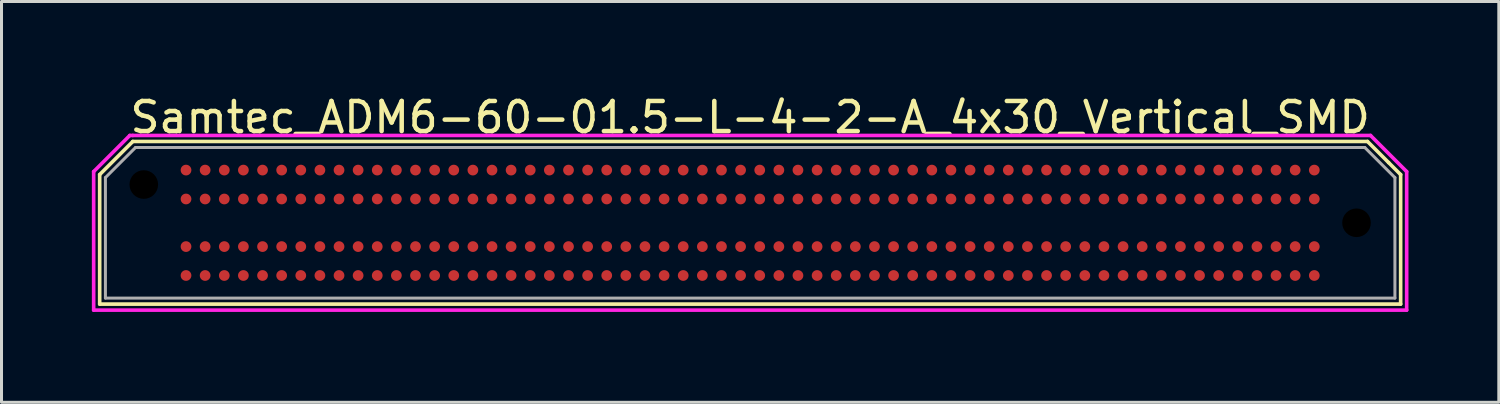
<source format=kicad_pcb>
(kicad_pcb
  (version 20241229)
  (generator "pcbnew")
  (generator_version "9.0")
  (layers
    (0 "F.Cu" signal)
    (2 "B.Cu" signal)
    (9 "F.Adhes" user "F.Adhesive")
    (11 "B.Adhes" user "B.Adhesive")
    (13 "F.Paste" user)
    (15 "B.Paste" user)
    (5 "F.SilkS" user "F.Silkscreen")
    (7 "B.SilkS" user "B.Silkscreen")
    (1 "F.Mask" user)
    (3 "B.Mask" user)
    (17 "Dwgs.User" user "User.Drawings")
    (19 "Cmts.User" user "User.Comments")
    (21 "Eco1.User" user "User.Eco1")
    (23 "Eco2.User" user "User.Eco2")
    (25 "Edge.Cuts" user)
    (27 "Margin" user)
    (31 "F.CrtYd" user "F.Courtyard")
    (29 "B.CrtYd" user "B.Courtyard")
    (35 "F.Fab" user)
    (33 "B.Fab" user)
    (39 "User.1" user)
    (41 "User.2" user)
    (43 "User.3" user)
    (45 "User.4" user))
  (footprint "Samtec_ADM6-60-01.5-L-4-2-A_4x30_Vertical_SMD"
    (layer "F.Cu")
    (at 21.86 4.348)
    (property "Reference" "Samtec_ADM6-60-01.5-L-4-2-A_4x30_Vertical_SMD" (at 0 -3.5 0) (unlocked yes) (layer "F.SilkS") (effects (font (size 1 1) (thickness 0.15))))
    (fp_line (start -21.6 -1.6) (end -20.5 -2.7) (stroke (width 0.12) (type solid)) (layer "F.SilkS"))
    (fp_line (start -21.6 2.7) (end -21.6 -1.6) (stroke (width 0.12) (type solid)) (layer "F.SilkS"))
    (fp_line (start -21.6 2.7) (end 21.6 2.7) (stroke (width 0.12) (type solid)) (layer "F.SilkS"))
    (fp_line (start 20.5 -2.7) (end -20.5 -2.7) (stroke (width 0.12) (type solid)) (layer "F.SilkS"))
    (fp_line (start 21.2 -2) (end 20.5 -2.7) (stroke (width 0.12) (type solid)) (layer "F.SilkS"))
    (fp_line (start 21.6 -1.6) (end 21.2 -2) (stroke (width 0.12) (type solid)) (layer "F.SilkS"))
    (fp_line (start 21.6 2.7) (end 21.6 -1.6) (stroke (width 0.12) (type solid)) (layer "F.SilkS"))
    (fp_line (start -21.8 -1.7) (end -21.8 2.9) (stroke (width 0.12) (type solid)) (layer "F.CrtYd"))
    (fp_line (start -20.6 -2.9) (end -21.8 -1.7) (stroke (width 0.12) (type solid)) (layer "F.CrtYd"))
    (fp_line (start -20.5 -2.9) (end -20.6 -2.9) (stroke (width 0.12) (type solid)) (layer "F.CrtYd"))
    (fp_line (start -20.5 -2.9) (end 20.6 -2.9) (stroke (width 0.12) (type solid)) (layer "F.CrtYd"))
    (fp_line (start 20.6 -2.9) (end 21.8 -1.7) (stroke (width 0.12) (type solid)) (layer "F.CrtYd"))
    (fp_line (start 21.8 -1.7) (end 21.8 2.9) (stroke (width 0.12) (type solid)) (layer "F.CrtYd"))
    (fp_line (start 21.8 2.9) (end -21.8 2.9) (stroke (width 0.12) (type solid)) (layer "F.CrtYd"))
    (fp_line (start -21.41 2.5) (end -21.41 -1.5) (stroke (width 0.1) (type solid)) (layer "F.Fab"))
    (fp_line (start -21.41 2.5) (end 21.41 2.5) (stroke (width 0.1) (type solid)) (layer "F.Fab"))
    (fp_line (start -20.41 -2.5) (end -21.41 -1.5) (stroke (width 0.1) (type solid)) (layer "F.Fab"))
    (fp_line (start -20.41 -2.5) (end 20.41 -2.5) (stroke (width 0.1) (type solid)) (layer "F.Fab"))
    (fp_line (start 20.41 -2.5) (end 21.41 -1.5) (stroke (width 0.1) (type solid)) (layer "F.Fab"))
    (fp_line (start 21.41 2.5) (end 21.41 -1.5) (stroke (width 0.1) (type solid)) (layer "F.Fab"))
    (pad "" np_thru_hole circle (at -20.135 -1.27) (size 1.05 1.05) (drill 0.95) (layers "*.Mask"))
    (pad "" np_thru_hole circle (at 20.135 0) (size 1.05 1.05) (drill 0.95) (layers "*.Mask"))
    (pad "A1" smd circle (at 18.733 -1.75) (size 0.356 0.356) (layers "F.Cu" "F.Mask" "F.Paste"))
    (pad "A2" smd circle (at 18.098 -1.75) (size 0.356 0.356) (layers "F.Cu" "F.Mask" "F.Paste"))
    (pad "A3" smd circle (at 17.462 -1.75) (size 0.356 0.356) (layers "F.Cu" "F.Mask" "F.Paste"))
    (pad "A4" smd circle (at 16.828 -1.75) (size 0.356 0.356) (layers "F.Cu" "F.Mask" "F.Paste"))
    (pad "A5" smd circle (at 16.192 -1.75) (size 0.356 0.356) (layers "F.Cu" "F.Mask" "F.Paste"))
    (pad "A6" smd circle (at 15.557 -1.75) (size 0.356 0.356) (layers "F.Cu" "F.Mask" "F.Paste"))
    (pad "A7" smd circle (at 14.922 -1.75) (size 0.356 0.356) (layers "F.Cu" "F.Mask" "F.Paste"))
    (pad "A8" smd circle (at 14.287 -1.75) (size 0.356 0.356) (layers "F.Cu" "F.Mask" "F.Paste"))
    (pad "A9" smd circle (at 13.652 -1.75) (size 0.356 0.356) (layers "F.Cu" "F.Mask" "F.Paste"))
    (pad "A10" smd circle (at 13.018 -1.75) (size 0.356 0.356) (layers "F.Cu" "F.Mask" "F.Paste"))
    (pad "A11" smd circle (at 12.383 -1.75) (size 0.356 0.356) (layers "F.Cu" "F.Mask" "F.Paste"))
    (pad "A12" smd circle (at 11.748 -1.75) (size 0.356 0.356) (layers "F.Cu" "F.Mask" "F.Paste"))
    (pad "A13" smd circle (at 11.113 -1.75) (size 0.356 0.356) (layers "F.Cu" "F.Mask" "F.Paste"))
    (pad "A14" smd circle (at 10.477 -1.75) (size 0.356 0.356) (layers "F.Cu" "F.Mask" "F.Paste"))
    (pad "A15" smd circle (at 9.842 -1.75) (size 0.356 0.356) (layers "F.Cu" "F.Mask" "F.Paste"))
    (pad "A16" smd circle (at 9.207 -1.75) (size 0.356 0.356) (layers "F.Cu" "F.Mask" "F.Paste"))
    (pad "A17" smd circle (at 8.572 -1.75) (size 0.356 0.356) (layers "F.Cu" "F.Mask" "F.Paste"))
    (pad "A18" smd circle (at 7.938 -1.75) (size 0.356 0.356) (layers "F.Cu" "F.Mask" "F.Paste"))
    (pad "A19" smd circle (at 7.303 -1.75) (size 0.356 0.356) (layers "F.Cu" "F.Mask" "F.Paste"))
    (pad "A20" smd circle (at 6.668 -1.75) (size 0.356 0.356) (layers "F.Cu" "F.Mask" "F.Paste"))
    (pad "A21" smd circle (at 6.032 -1.75) (size 0.356 0.356) (layers "F.Cu" "F.Mask" "F.Paste"))
    (pad "A22" smd circle (at 5.397 -1.75) (size 0.356 0.356) (layers "F.Cu" "F.Mask" "F.Paste"))
    (pad "A23" smd circle (at 4.763 -1.75) (size 0.356 0.356) (layers "F.Cu" "F.Mask" "F.Paste"))
    (pad "A24" smd circle (at 4.128 -1.75) (size 0.356 0.356) (layers "F.Cu" "F.Mask" "F.Paste"))
    (pad "A25" smd circle (at 3.493 -1.75) (size 0.356 0.356) (layers "F.Cu" "F.Mask" "F.Paste"))
    (pad "A26" smd circle (at 2.857 -1.75) (size 0.356 0.356) (layers "F.Cu" "F.Mask" "F.Paste"))
    (pad "A27" smd circle (at 2.223 -1.75) (size 0.356 0.356) (layers "F.Cu" "F.Mask" "F.Paste"))
    (pad "A28" smd circle (at 1.587 -1.75) (size 0.356 0.356) (layers "F.Cu" "F.Mask" "F.Paste"))
    (pad "A29" smd circle (at 0.953 -1.75) (size 0.356 0.356) (layers "F.Cu" "F.Mask" "F.Paste"))
    (pad "A30" smd circle (at 0.318 -1.75) (size 0.356 0.356) (layers "F.Cu" "F.Mask" "F.Paste"))
    (pad "A31" smd circle (at -0.318 -1.75) (size 0.356 0.356) (layers "F.Cu" "F.Mask" "F.Paste"))
    (pad "A32" smd circle (at -0.953 -1.75) (size 0.356 0.356) (layers "F.Cu" "F.Mask" "F.Paste"))
    (pad "A33" smd circle (at -1.587 -1.75) (size 0.356 0.356) (layers "F.Cu" "F.Mask" "F.Paste"))
    (pad "A34" smd circle (at -2.223 -1.75) (size 0.356 0.356) (layers "F.Cu" "F.Mask" "F.Paste"))
    (pad "A35" smd circle (at -2.857 -1.75) (size 0.356 0.356) (layers "F.Cu" "F.Mask" "F.Paste"))
    (pad "A36" smd circle (at -3.493 -1.75) (size 0.356 0.356) (layers "F.Cu" "F.Mask" "F.Paste"))
    (pad "A37" smd circle (at -4.128 -1.75) (size 0.356 0.356) (layers "F.Cu" "F.Mask" "F.Paste"))
    (pad "A38" smd circle (at -4.763 -1.75) (size 0.356 0.356) (layers "F.Cu" "F.Mask" "F.Paste"))
    (pad "A39" smd circle (at -5.397 -1.75) (size 0.356 0.356) (layers "F.Cu" "F.Mask" "F.Paste"))
    (pad "A40" smd circle (at -6.032 -1.75) (size 0.356 0.356) (layers "F.Cu" "F.Mask" "F.Paste"))
    (pad "A41" smd circle (at -6.668 -1.75) (size 0.356 0.356) (layers "F.Cu" "F.Mask" "F.Paste"))
    (pad "A42" smd circle (at -7.303 -1.75) (size 0.356 0.356) (layers "F.Cu" "F.Mask" "F.Paste"))
    (pad "A43" smd circle (at -7.938 -1.75) (size 0.356 0.356) (layers "F.Cu" "F.Mask" "F.Paste"))
    (pad "A44" smd circle (at -8.572 -1.75) (size 0.356 0.356) (layers "F.Cu" "F.Mask" "F.Paste"))
    (pad "A45" smd circle (at -9.207 -1.75) (size 0.356 0.356) (layers "F.Cu" "F.Mask" "F.Paste"))
    (pad "A46" smd circle (at -9.842 -1.75) (size 0.356 0.356) (layers "F.Cu" "F.Mask" "F.Paste"))
    (pad "A47" smd circle (at -10.477 -1.75) (size 0.356 0.356) (layers "F.Cu" "F.Mask" "F.Paste"))
    (pad "A48" smd circle (at -11.113 -1.75) (size 0.356 0.356) (layers "F.Cu" "F.Mask" "F.Paste"))
    (pad "A49" smd circle (at -11.748 -1.75) (size 0.356 0.356) (layers "F.Cu" "F.Mask" "F.Paste"))
    (pad "A50" smd circle (at -12.383 -1.75) (size 0.356 0.356) (layers "F.Cu" "F.Mask" "F.Paste"))
    (pad "A51" smd circle (at -13.018 -1.75) (size 0.356 0.356) (layers "F.Cu" "F.Mask" "F.Paste"))
    (pad "A52" smd circle (at -13.652 -1.75) (size 0.356 0.356) (layers "F.Cu" "F.Mask" "F.Paste"))
    (pad "A53" smd circle (at -14.287 -1.75) (size 0.356 0.356) (layers "F.Cu" "F.Mask" "F.Paste"))
    (pad "A54" smd circle (at -14.922 -1.75) (size 0.356 0.356) (layers "F.Cu" "F.Mask" "F.Paste"))
    (pad "A55" smd circle (at -15.557 -1.75) (size 0.356 0.356) (layers "F.Cu" "F.Mask" "F.Paste"))
    (pad "A56" smd circle (at -16.192 -1.75) (size 0.356 0.356) (layers "F.Cu" "F.Mask" "F.Paste"))
    (pad "A57" smd circle (at -16.828 -1.75) (size 0.356 0.356) (layers "F.Cu" "F.Mask" "F.Paste"))
    (pad "A58" smd circle (at -17.462 -1.75) (size 0.356 0.356) (layers "F.Cu" "F.Mask" "F.Paste"))
    (pad "A59" smd circle (at -18.098 -1.75) (size 0.356 0.356) (layers "F.Cu" "F.Mask" "F.Paste"))
    (pad "A60" smd circle (at -18.733 -1.75) (size 0.356 0.356) (layers "F.Cu" "F.Mask" "F.Paste"))
    (pad "B1" smd circle (at 18.733 -0.79) (size 0.356 0.356) (layers "F.Cu" "F.Mask" "F.Paste"))
    (pad "B2" smd circle (at 18.098 -0.79) (size 0.356 0.356) (layers "F.Cu" "F.Mask" "F.Paste"))
    (pad "B3" smd circle (at 17.462 -0.79) (size 0.356 0.356) (layers "F.Cu" "F.Mask" "F.Paste"))
    (pad "B4" smd circle (at 16.828 -0.79) (size 0.356 0.356) (layers "F.Cu" "F.Mask" "F.Paste"))
    (pad "B5" smd circle (at 16.192 -0.79) (size 0.356 0.356) (layers "F.Cu" "F.Mask" "F.Paste"))
    (pad "B6" smd circle (at 15.557 -0.79) (size 0.356 0.356) (layers "F.Cu" "F.Mask" "F.Paste"))
    (pad "B7" smd circle (at 14.922 -0.79) (size 0.356 0.356) (layers "F.Cu" "F.Mask" "F.Paste"))
    (pad "B8" smd circle (at 14.287 -0.79) (size 0.356 0.356) (layers "F.Cu" "F.Mask" "F.Paste"))
    (pad "B9" smd circle (at 13.652 -0.79) (size 0.356 0.356) (layers "F.Cu" "F.Mask" "F.Paste"))
    (pad "B10" smd circle (at 13.018 -0.79) (size 0.356 0.356) (layers "F.Cu" "F.Mask" "F.Paste"))
    (pad "B11" smd circle (at 12.383 -0.79) (size 0.356 0.356) (layers "F.Cu" "F.Mask" "F.Paste"))
    (pad "B12" smd circle (at 11.748 -0.79) (size 0.356 0.356) (layers "F.Cu" "F.Mask" "F.Paste"))
    (pad "B13" smd circle (at 11.113 -0.79) (size 0.356 0.356) (layers "F.Cu" "F.Mask" "F.Paste"))
    (pad "B14" smd circle (at 10.477 -0.79) (size 0.356 0.356) (layers "F.Cu" "F.Mask" "F.Paste"))
    (pad "B15" smd circle (at 9.842 -0.79) (size 0.356 0.356) (layers "F.Cu" "F.Mask" "F.Paste"))
    (pad "B16" smd circle (at 9.207 -0.79) (size 0.356 0.356) (layers "F.Cu" "F.Mask" "F.Paste"))
    (pad "B17" smd circle (at 8.572 -0.79) (size 0.356 0.356) (layers "F.Cu" "F.Mask" "F.Paste"))
    (pad "B18" smd circle (at 7.938 -0.79) (size 0.356 0.356) (layers "F.Cu" "F.Mask" "F.Paste"))
    (pad "B19" smd circle (at 7.303 -0.79) (size 0.356 0.356) (layers "F.Cu" "F.Mask" "F.Paste"))
    (pad "B20" smd circle (at 6.668 -0.79) (size 0.356 0.356) (layers "F.Cu" "F.Mask" "F.Paste"))
    (pad "B21" smd circle (at 6.032 -0.79) (size 0.356 0.356) (layers "F.Cu" "F.Mask" "F.Paste"))
    (pad "B22" smd circle (at 5.397 -0.79) (size 0.356 0.356) (layers "F.Cu" "F.Mask" "F.Paste"))
    (pad "B23" smd circle (at 4.763 -0.79) (size 0.356 0.356) (layers "F.Cu" "F.Mask" "F.Paste"))
    (pad "B24" smd circle (at 4.128 -0.79) (size 0.356 0.356) (layers "F.Cu" "F.Mask" "F.Paste"))
    (pad "B25" smd circle (at 3.493 -0.79) (size 0.356 0.356) (layers "F.Cu" "F.Mask" "F.Paste"))
    (pad "B26" smd circle (at 2.857 -0.79) (size 0.356 0.356) (layers "F.Cu" "F.Mask" "F.Paste"))
    (pad "B27" smd circle (at 2.223 -0.79) (size 0.356 0.356) (layers "F.Cu" "F.Mask" "F.Paste"))
    (pad "B28" smd circle (at 1.587 -0.79) (size 0.356 0.356) (layers "F.Cu" "F.Mask" "F.Paste"))
    (pad "B29" smd circle (at 0.953 -0.79) (size 0.356 0.356) (layers "F.Cu" "F.Mask" "F.Paste"))
    (pad "B30" smd circle (at 0.318 -0.79) (size 0.356 0.356) (layers "F.Cu" "F.Mask" "F.Paste"))
    (pad "B31" smd circle (at -0.318 -0.79) (size 0.356 0.356) (layers "F.Cu" "F.Mask" "F.Paste"))
    (pad "B32" smd circle (at -0.953 -0.79) (size 0.356 0.356) (layers "F.Cu" "F.Mask" "F.Paste"))
    (pad "B33" smd circle (at -1.587 -0.79) (size 0.356 0.356) (layers "F.Cu" "F.Mask" "F.Paste"))
    (pad "B34" smd circle (at -2.223 -0.79) (size 0.356 0.356) (layers "F.Cu" "F.Mask" "F.Paste"))
    (pad "B35" smd circle (at -2.857 -0.79) (size 0.356 0.356) (layers "F.Cu" "F.Mask" "F.Paste"))
    (pad "B36" smd circle (at -3.493 -0.79) (size 0.356 0.356) (layers "F.Cu" "F.Mask" "F.Paste"))
    (pad "B37" smd circle (at -4.128 -0.79) (size 0.356 0.356) (layers "F.Cu" "F.Mask" "F.Paste"))
    (pad "B38" smd circle (at -4.763 -0.79) (size 0.356 0.356) (layers "F.Cu" "F.Mask" "F.Paste"))
    (pad "B39" smd circle (at -5.397 -0.79) (size 0.356 0.356) (layers "F.Cu" "F.Mask" "F.Paste"))
    (pad "B40" smd circle (at -6.032 -0.79) (size 0.356 0.356) (layers "F.Cu" "F.Mask" "F.Paste"))
    (pad "B41" smd circle (at -6.668 -0.79) (size 0.356 0.356) (layers "F.Cu" "F.Mask" "F.Paste"))
    (pad "B42" smd circle (at -7.303 -0.79) (size 0.356 0.356) (layers "F.Cu" "F.Mask" "F.Paste"))
    (pad "B43" smd circle (at -7.938 -0.79) (size 0.356 0.356) (layers "F.Cu" "F.Mask" "F.Paste"))
    (pad "B44" smd circle (at -8.572 -0.79) (size 0.356 0.356) (layers "F.Cu" "F.Mask" "F.Paste"))
    (pad "B45" smd circle (at -9.207 -0.79) (size 0.356 0.356) (layers "F.Cu" "F.Mask" "F.Paste"))
    (pad "B46" smd circle (at -9.842 -0.79) (size 0.356 0.356) (layers "F.Cu" "F.Mask" "F.Paste"))
    (pad "B47" smd circle (at -10.477 -0.79) (size 0.356 0.356) (layers "F.Cu" "F.Mask" "F.Paste"))
    (pad "B48" smd circle (at -11.113 -0.79) (size 0.356 0.356) (layers "F.Cu" "F.Mask" "F.Paste"))
    (pad "B49" smd circle (at -11.748 -0.79) (size 0.356 0.356) (layers "F.Cu" "F.Mask" "F.Paste"))
    (pad "B50" smd circle (at -12.383 -0.79) (size 0.356 0.356) (layers "F.Cu" "F.Mask" "F.Paste"))
    (pad "B51" smd circle (at -13.018 -0.79) (size 0.356 0.356) (layers "F.Cu" "F.Mask" "F.Paste"))
    (pad "B52" smd circle (at -13.652 -0.79) (size 0.356 0.356) (layers "F.Cu" "F.Mask" "F.Paste"))
    (pad "B53" smd circle (at -14.287 -0.79) (size 0.356 0.356) (layers "F.Cu" "F.Mask" "F.Paste"))
    (pad "B54" smd circle (at -14.922 -0.79) (size 0.356 0.356) (layers "F.Cu" "F.Mask" "F.Paste"))
    (pad "B55" smd circle (at -15.557 -0.79) (size 0.356 0.356) (layers "F.Cu" "F.Mask" "F.Paste"))
    (pad "B56" smd circle (at -16.192 -0.79) (size 0.356 0.356) (layers "F.Cu" "F.Mask" "F.Paste"))
    (pad "B57" smd circle (at -16.828 -0.79) (size 0.356 0.356) (layers "F.Cu" "F.Mask" "F.Paste"))
    (pad "B58" smd circle (at -17.462 -0.79) (size 0.356 0.356) (layers "F.Cu" "F.Mask" "F.Paste"))
    (pad "B59" smd circle (at -18.098 -0.79) (size 0.356 0.356) (layers "F.Cu" "F.Mask" "F.Paste"))
    (pad "B60" smd circle (at -18.733 -0.79) (size 0.356 0.356) (layers "F.Cu" "F.Mask" "F.Paste"))
    (pad "C1" smd circle (at 18.733 0.79) (size 0.356 0.356) (layers "F.Cu" "F.Mask" "F.Paste"))
    (pad "C2" smd circle (at 18.098 0.79) (size 0.356 0.356) (layers "F.Cu" "F.Mask" "F.Paste"))
    (pad "C3" smd circle (at 17.462 0.79) (size 0.356 0.356) (layers "F.Cu" "F.Mask" "F.Paste"))
    (pad "C4" smd circle (at 16.828 0.79) (size 0.356 0.356) (layers "F.Cu" "F.Mask" "F.Paste"))
    (pad "C5" smd circle (at 16.192 0.79) (size 0.356 0.356) (layers "F.Cu" "F.Mask" "F.Paste"))
    (pad "C6" smd circle (at 15.557 0.79) (size 0.356 0.356) (layers "F.Cu" "F.Mask" "F.Paste"))
    (pad "C7" smd circle (at 14.922 0.79) (size 0.356 0.356) (layers "F.Cu" "F.Mask" "F.Paste"))
    (pad "C8" smd circle (at 14.287 0.79) (size 0.356 0.356) (layers "F.Cu" "F.Mask" "F.Paste"))
    (pad "C9" smd circle (at 13.652 0.79) (size 0.356 0.356) (layers "F.Cu" "F.Mask" "F.Paste"))
    (pad "C10" smd circle (at 13.018 0.79) (size 0.356 0.356) (layers "F.Cu" "F.Mask" "F.Paste"))
    (pad "C11" smd circle (at 12.383 0.79) (size 0.356 0.356) (layers "F.Cu" "F.Mask" "F.Paste"))
    (pad "C12" smd circle (at 11.748 0.79) (size 0.356 0.356) (layers "F.Cu" "F.Mask" "F.Paste"))
    (pad "C13" smd circle (at 11.113 0.79) (size 0.356 0.356) (layers "F.Cu" "F.Mask" "F.Paste"))
    (pad "C14" smd circle (at 10.477 0.79) (size 0.356 0.356) (layers "F.Cu" "F.Mask" "F.Paste"))
    (pad "C15" smd circle (at 9.842 0.79) (size 0.356 0.356) (layers "F.Cu" "F.Mask" "F.Paste"))
    (pad "C16" smd circle (at 9.207 0.79) (size 0.356 0.356) (layers "F.Cu" "F.Mask" "F.Paste"))
    (pad "C17" smd circle (at 8.572 0.79) (size 0.356 0.356) (layers "F.Cu" "F.Mask" "F.Paste"))
    (pad "C18" smd circle (at 7.938 0.79) (size 0.356 0.356) (layers "F.Cu" "F.Mask" "F.Paste"))
    (pad "C19" smd circle (at 7.303 0.79) (size 0.356 0.356) (layers "F.Cu" "F.Mask" "F.Paste"))
    (pad "C20" smd circle (at 6.668 0.79) (size 0.356 0.356) (layers "F.Cu" "F.Mask" "F.Paste"))
    (pad "C21" smd circle (at 6.032 0.79) (size 0.356 0.356) (layers "F.Cu" "F.Mask" "F.Paste"))
    (pad "C22" smd circle (at 5.397 0.79) (size 0.356 0.356) (layers "F.Cu" "F.Mask" "F.Paste"))
    (pad "C23" smd circle (at 4.763 0.79) (size 0.356 0.356) (layers "F.Cu" "F.Mask" "F.Paste"))
    (pad "C24" smd circle (at 4.128 0.79) (size 0.356 0.356) (layers "F.Cu" "F.Mask" "F.Paste"))
    (pad "C25" smd circle (at 3.493 0.79) (size 0.356 0.356) (layers "F.Cu" "F.Mask" "F.Paste"))
    (pad "C26" smd circle (at 2.857 0.79) (size 0.356 0.356) (layers "F.Cu" "F.Mask" "F.Paste"))
    (pad "C27" smd circle (at 2.223 0.79) (size 0.356 0.356) (layers "F.Cu" "F.Mask" "F.Paste"))
    (pad "C28" smd circle (at 1.587 0.79) (size 0.356 0.356) (layers "F.Cu" "F.Mask" "F.Paste"))
    (pad "C29" smd circle (at 0.953 0.79) (size 0.356 0.356) (layers "F.Cu" "F.Mask" "F.Paste"))
    (pad "C30" smd circle (at 0.318 0.79) (size 0.356 0.356) (layers "F.Cu" "F.Mask" "F.Paste"))
    (pad "C31" smd circle (at -0.318 0.79) (size 0.356 0.356) (layers "F.Cu" "F.Mask" "F.Paste"))
    (pad "C32" smd circle (at -0.953 0.79) (size 0.356 0.356) (layers "F.Cu" "F.Mask" "F.Paste"))
    (pad "C33" smd circle (at -1.587 0.79) (size 0.356 0.356) (layers "F.Cu" "F.Mask" "F.Paste"))
    (pad "C34" smd circle (at -2.223 0.79) (size 0.356 0.356) (layers "F.Cu" "F.Mask" "F.Paste"))
    (pad "C35" smd circle (at -2.857 0.79) (size 0.356 0.356) (layers "F.Cu" "F.Mask" "F.Paste"))
    (pad "C36" smd circle (at -3.493 0.79) (size 0.356 0.356) (layers "F.Cu" "F.Mask" "F.Paste"))
    (pad "C37" smd circle (at -4.128 0.79) (size 0.356 0.356) (layers "F.Cu" "F.Mask" "F.Paste"))
    (pad "C38" smd circle (at -4.763 0.79) (size 0.356 0.356) (layers "F.Cu" "F.Mask" "F.Paste"))
    (pad "C39" smd circle (at -5.397 0.79) (size 0.356 0.356) (layers "F.Cu" "F.Mask" "F.Paste"))
    (pad "C40" smd circle (at -6.032 0.79) (size 0.356 0.356) (layers "F.Cu" "F.Mask" "F.Paste"))
    (pad "C41" smd circle (at -6.668 0.79) (size 0.356 0.356) (layers "F.Cu" "F.Mask" "F.Paste"))
    (pad "C42" smd circle (at -7.303 0.79) (size 0.356 0.356) (layers "F.Cu" "F.Mask" "F.Paste"))
    (pad "C43" smd circle (at -7.938 0.79) (size 0.356 0.356) (layers "F.Cu" "F.Mask" "F.Paste"))
    (pad "C44" smd circle (at -8.572 0.79) (size 0.356 0.356) (layers "F.Cu" "F.Mask" "F.Paste"))
    (pad "C45" smd circle (at -9.207 0.79) (size 0.356 0.356) (layers "F.Cu" "F.Mask" "F.Paste"))
    (pad "C46" smd circle (at -9.842 0.79) (size 0.356 0.356) (layers "F.Cu" "F.Mask" "F.Paste"))
    (pad "C47" smd circle (at -10.477 0.79) (size 0.356 0.356) (layers "F.Cu" "F.Mask" "F.Paste"))
    (pad "C48" smd circle (at -11.113 0.79) (size 0.356 0.356) (layers "F.Cu" "F.Mask" "F.Paste"))
    (pad "C49" smd circle (at -11.748 0.79) (size 0.356 0.356) (layers "F.Cu" "F.Mask" "F.Paste"))
    (pad "C50" smd circle (at -12.383 0.79) (size 0.356 0.356) (layers "F.Cu" "F.Mask" "F.Paste"))
    (pad "C51" smd circle (at -13.018 0.79) (size 0.356 0.356) (layers "F.Cu" "F.Mask" "F.Paste"))
    (pad "C52" smd circle (at -13.652 0.79) (size 0.356 0.356) (layers "F.Cu" "F.Mask" "F.Paste"))
    (pad "C53" smd circle (at -14.287 0.79) (size 0.356 0.356) (layers "F.Cu" "F.Mask" "F.Paste"))
    (pad "C54" smd circle (at -14.922 0.79) (size 0.356 0.356) (layers "F.Cu" "F.Mask" "F.Paste"))
    (pad "C55" smd circle (at -15.557 0.79) (size 0.356 0.356) (layers "F.Cu" "F.Mask" "F.Paste"))
    (pad "C56" smd circle (at -16.192 0.79) (size 0.356 0.356) (layers "F.Cu" "F.Mask" "F.Paste"))
    (pad "C57" smd circle (at -16.828 0.79) (size 0.356 0.356) (layers "F.Cu" "F.Mask" "F.Paste"))
    (pad "C58" smd circle (at -17.462 0.79) (size 0.356 0.356) (layers "F.Cu" "F.Mask" "F.Paste"))
    (pad "C59" smd circle (at -18.098 0.79) (size 0.356 0.356) (layers "F.Cu" "F.Mask" "F.Paste"))
    (pad "C60" smd circle (at -18.733 0.79) (size 0.356 0.356) (layers "F.Cu" "F.Mask" "F.Paste"))
    (pad "D1" smd circle (at 18.733 1.75) (size 0.356 0.356) (layers "F.Cu" "F.Mask" "F.Paste"))
    (pad "D2" smd circle (at 18.098 1.75) (size 0.356 0.356) (layers "F.Cu" "F.Mask" "F.Paste"))
    (pad "D3" smd circle (at 17.462 1.75) (size 0.356 0.356) (layers "F.Cu" "F.Mask" "F.Paste"))
    (pad "D4" smd circle (at 16.828 1.75) (size 0.356 0.356) (layers "F.Cu" "F.Mask" "F.Paste"))
    (pad "D5" smd circle (at 16.192 1.75) (size 0.356 0.356) (layers "F.Cu" "F.Mask" "F.Paste"))
    (pad "D6" smd circle (at 15.557 1.75) (size 0.356 0.356) (layers "F.Cu" "F.Mask" "F.Paste"))
    (pad "D7" smd circle (at 14.922 1.75) (size 0.356 0.356) (layers "F.Cu" "F.Mask" "F.Paste"))
    (pad "D8" smd circle (at 14.287 1.75) (size 0.356 0.356) (layers "F.Cu" "F.Mask" "F.Paste"))
    (pad "D9" smd circle (at 13.652 1.75) (size 0.356 0.356) (layers "F.Cu" "F.Mask" "F.Paste"))
    (pad "D10" smd circle (at 13.018 1.75) (size 0.356 0.356) (layers "F.Cu" "F.Mask" "F.Paste"))
    (pad "D11" smd circle (at 12.383 1.75) (size 0.356 0.356) (layers "F.Cu" "F.Mask" "F.Paste"))
    (pad "D12" smd circle (at 11.748 1.75) (size 0.356 0.356) (layers "F.Cu" "F.Mask" "F.Paste"))
    (pad "D13" smd circle (at 11.113 1.75) (size 0.356 0.356) (layers "F.Cu" "F.Mask" "F.Paste"))
    (pad "D14" smd circle (at 10.477 1.75) (size 0.356 0.356) (layers "F.Cu" "F.Mask" "F.Paste"))
    (pad "D15" smd circle (at 9.842 1.75) (size 0.356 0.356) (layers "F.Cu" "F.Mask" "F.Paste"))
    (pad "D16" smd circle (at 9.207 1.75) (size 0.356 0.356) (layers "F.Cu" "F.Mask" "F.Paste"))
    (pad "D17" smd circle (at 8.572 1.75) (size 0.356 0.356) (layers "F.Cu" "F.Mask" "F.Paste"))
    (pad "D18" smd circle (at 7.938 1.75) (size 0.356 0.356) (layers "F.Cu" "F.Mask" "F.Paste"))
    (pad "D19" smd circle (at 7.303 1.75) (size 0.356 0.356) (layers "F.Cu" "F.Mask" "F.Paste"))
    (pad "D20" smd circle (at 6.668 1.75) (size 0.356 0.356) (layers "F.Cu" "F.Mask" "F.Paste"))
    (pad "D21" smd circle (at 6.032 1.75) (size 0.356 0.356) (layers "F.Cu" "F.Mask" "F.Paste"))
    (pad "D22" smd circle (at 5.397 1.75) (size 0.356 0.356) (layers "F.Cu" "F.Mask" "F.Paste"))
    (pad "D23" smd circle (at 4.763 1.75) (size 0.356 0.356) (layers "F.Cu" "F.Mask" "F.Paste"))
    (pad "D24" smd circle (at 4.128 1.75) (size 0.356 0.356) (layers "F.Cu" "F.Mask" "F.Paste"))
    (pad "D25" smd circle (at 3.493 1.75) (size 0.356 0.356) (layers "F.Cu" "F.Mask" "F.Paste"))
    (pad "D26" smd circle (at 2.857 1.75) (size 0.356 0.356) (layers "F.Cu" "F.Mask" "F.Paste"))
    (pad "D27" smd circle (at 2.223 1.75) (size 0.356 0.356) (layers "F.Cu" "F.Mask" "F.Paste"))
    (pad "D28" smd circle (at 1.587 1.75) (size 0.356 0.356) (layers "F.Cu" "F.Mask" "F.Paste"))
    (pad "D29" smd circle (at 0.953 1.75) (size 0.356 0.356) (layers "F.Cu" "F.Mask" "F.Paste"))
    (pad "D30" smd circle (at 0.318 1.75) (size 0.356 0.356) (layers "F.Cu" "F.Mask" "F.Paste"))
    (pad "D31" smd circle (at -0.318 1.75) (size 0.356 0.356) (layers "F.Cu" "F.Mask" "F.Paste"))
    (pad "D32" smd circle (at -0.953 1.75) (size 0.356 0.356) (layers "F.Cu" "F.Mask" "F.Paste"))
    (pad "D33" smd circle (at -1.587 1.75) (size 0.356 0.356) (layers "F.Cu" "F.Mask" "F.Paste"))
    (pad "D34" smd circle (at -2.223 1.75) (size 0.356 0.356) (layers "F.Cu" "F.Mask" "F.Paste"))
    (pad "D35" smd circle (at -2.857 1.75) (size 0.356 0.356) (layers "F.Cu" "F.Mask" "F.Paste"))
    (pad "D36" smd circle (at -3.493 1.75) (size 0.356 0.356) (layers "F.Cu" "F.Mask" "F.Paste"))
    (pad "D37" smd circle (at -4.128 1.75) (size 0.356 0.356) (layers "F.Cu" "F.Mask" "F.Paste"))
    (pad "D38" smd circle (at -4.763 1.75) (size 0.356 0.356) (layers "F.Cu" "F.Mask" "F.Paste"))
    (pad "D39" smd circle (at -5.397 1.75) (size 0.356 0.356) (layers "F.Cu" "F.Mask" "F.Paste"))
    (pad "D40" smd circle (at -6.032 1.75) (size 0.356 0.356) (layers "F.Cu" "F.Mask" "F.Paste"))
    (pad "D41" smd circle (at -6.668 1.75) (size 0.356 0.356) (layers "F.Cu" "F.Mask" "F.Paste"))
    (pad "D42" smd circle (at -7.303 1.75) (size 0.356 0.356) (layers "F.Cu" "F.Mask" "F.Paste"))
    (pad "D43" smd circle (at -7.938 1.75) (size 0.356 0.356) (layers "F.Cu" "F.Mask" "F.Paste"))
    (pad "D44" smd circle (at -8.572 1.75) (size 0.356 0.356) (layers "F.Cu" "F.Mask" "F.Paste"))
    (pad "D45" smd circle (at -9.207 1.75) (size 0.356 0.356) (layers "F.Cu" "F.Mask" "F.Paste"))
    (pad "D46" smd circle (at -9.842 1.75) (size 0.356 0.356) (layers "F.Cu" "F.Mask" "F.Paste"))
    (pad "D47" smd circle (at -10.477 1.75) (size 0.356 0.356) (layers "F.Cu" "F.Mask" "F.Paste"))
    (pad "D48" smd circle (at -11.113 1.75) (size 0.356 0.356) (layers "F.Cu" "F.Mask" "F.Paste"))
    (pad "D49" smd circle (at -11.748 1.75) (size 0.356 0.356) (layers "F.Cu" "F.Mask" "F.Paste"))
    (pad "D50" smd circle (at -12.383 1.75) (size 0.356 0.356) (layers "F.Cu" "F.Mask" "F.Paste"))
    (pad "D51" smd circle (at -13.018 1.75) (size 0.356 0.356) (layers "F.Cu" "F.Mask" "F.Paste"))
    (pad "D52" smd circle (at -13.652 1.75) (size 0.356 0.356) (layers "F.Cu" "F.Mask" "F.Paste"))
    (pad "D53" smd circle (at -14.287 1.75) (size 0.356 0.356) (layers "F.Cu" "F.Mask" "F.Paste"))
    (pad "D54" smd circle (at -14.922 1.75) (size 0.356 0.356) (layers "F.Cu" "F.Mask" "F.Paste"))
    (pad "D55" smd circle (at -15.557 1.75) (size 0.356 0.356) (layers "F.Cu" "F.Mask" "F.Paste"))
    (pad "D56" smd circle (at -16.192 1.75) (size 0.356 0.356) (layers "F.Cu" "F.Mask" "F.Paste"))
    (pad "D57" smd circle (at -16.828 1.75) (size 0.356 0.356) (layers "F.Cu" "F.Mask" "F.Paste"))
    (pad "D58" smd circle (at -17.462 1.75) (size 0.356 0.356) (layers "F.Cu" "F.Mask" "F.Paste"))
    (pad "D59" smd circle (at -18.098 1.75) (size 0.356 0.356) (layers "F.Cu" "F.Mask" "F.Paste"))
    (pad "D60" smd circle (at -18.733 1.75) (size 0.356 0.356) (layers "F.Cu" "F.Mask" "F.Paste")))
  (gr_rect
    (start -3 -3)
    (end 46.72 10.308)
    (stroke (width 0.1) (type default))
    (fill no)
    (layer "Edge.Cuts")))
</source>
